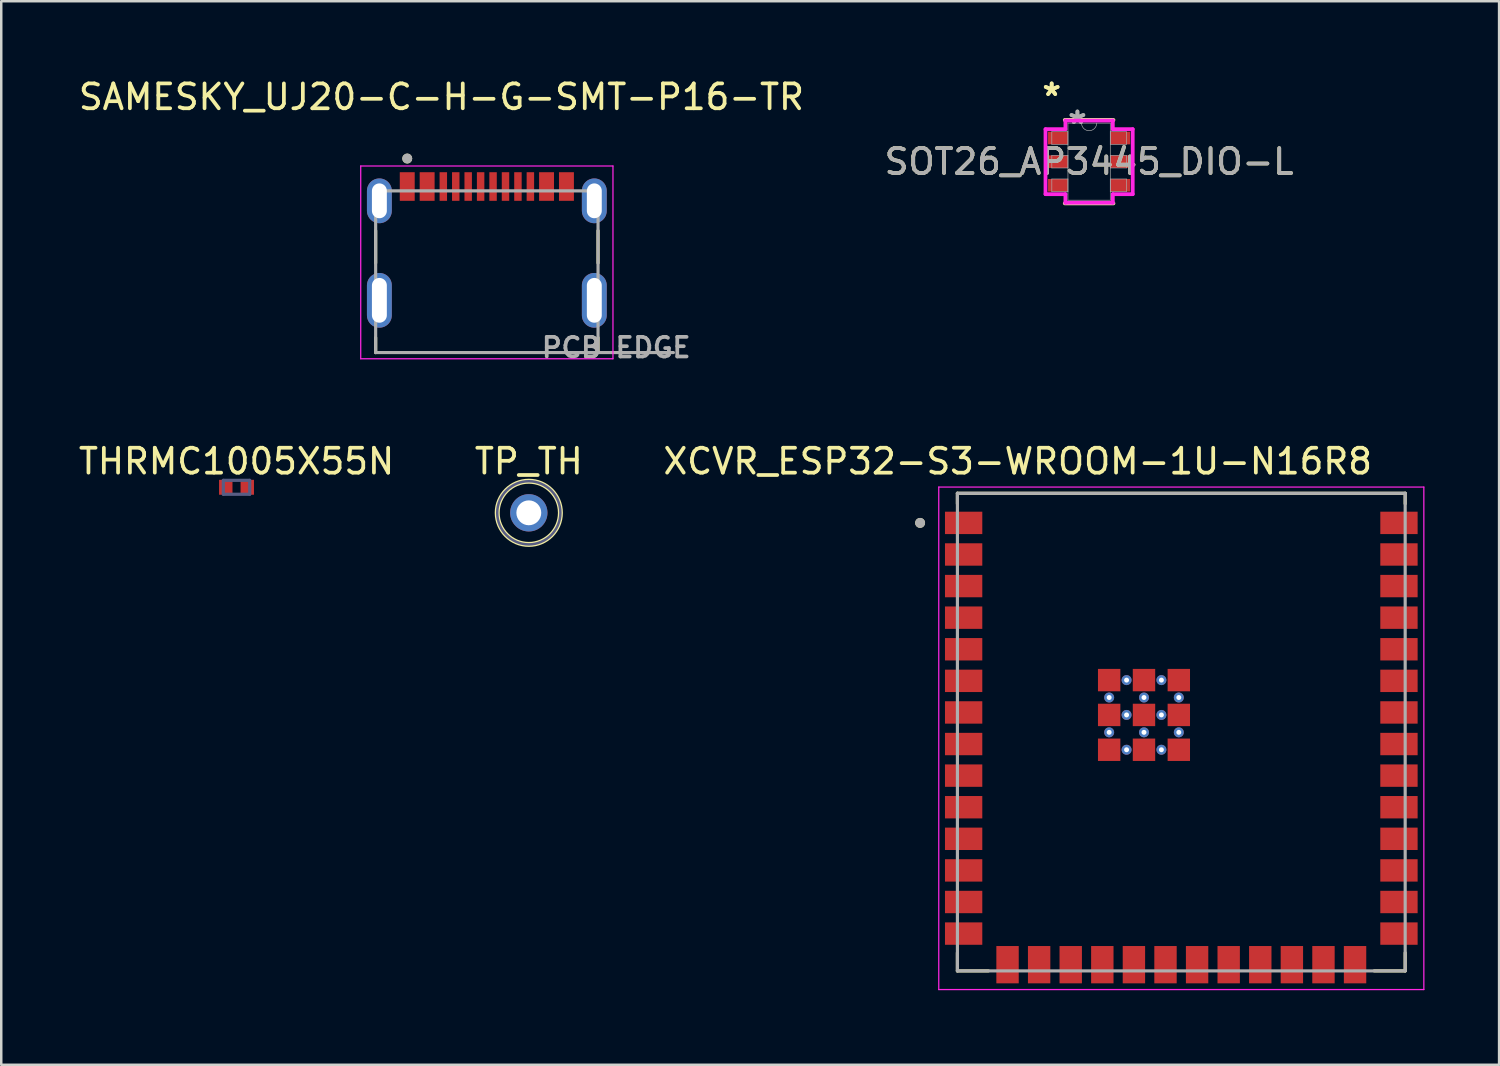
<source format=kicad_pcb>
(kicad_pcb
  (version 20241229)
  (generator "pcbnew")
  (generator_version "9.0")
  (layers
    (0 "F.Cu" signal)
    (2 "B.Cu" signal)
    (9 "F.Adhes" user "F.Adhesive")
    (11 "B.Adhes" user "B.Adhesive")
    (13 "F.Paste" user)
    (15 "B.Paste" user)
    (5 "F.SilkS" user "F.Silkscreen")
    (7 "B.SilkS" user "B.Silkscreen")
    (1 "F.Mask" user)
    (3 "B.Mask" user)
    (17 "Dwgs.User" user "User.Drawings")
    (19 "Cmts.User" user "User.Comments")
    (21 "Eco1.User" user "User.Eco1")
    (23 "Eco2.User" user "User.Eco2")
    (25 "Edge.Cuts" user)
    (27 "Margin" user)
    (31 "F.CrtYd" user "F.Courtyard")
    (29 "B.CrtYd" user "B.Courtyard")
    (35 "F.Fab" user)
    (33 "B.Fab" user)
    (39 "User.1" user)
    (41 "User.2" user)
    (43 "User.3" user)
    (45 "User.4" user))
  (footprint "XCVR_ESP32-S3-WROOM-1U-N16R8"
    (layer "F.Cu")
    (at 44.438 26.38)
    (property "Reference" "XCVR_ESP32-S3-WROOM-1U-N16R8" (at -6.575 -10.885 0) (layer "F.SilkS") (effects (font (size 1 1) (thickness 0.15))))
    (attr smd)
    (fp_line (start -9 -9.6) (end 9 -9.6) (stroke (width 0.127) (type solid)) (layer "F.SilkS"))
    (fp_line (start -9 -9.18) (end -9 -9.6) (stroke (width 0.127) (type solid)) (layer "F.SilkS"))
    (fp_line (start -9 9.6) (end -9 8.87) (stroke (width 0.127) (type solid)) (layer "F.SilkS"))
    (fp_line (start -7.755 9.6) (end -9 9.6) (stroke (width 0.127) (type solid)) (layer "F.SilkS"))
    (fp_line (start 9 -9.6) (end 9 -9.18) (stroke (width 0.127) (type solid)) (layer "F.SilkS"))
    (fp_line (start 9 9.6) (end 7.755 9.6) (stroke (width 0.127) (type solid)) (layer "F.SilkS"))
    (fp_line (start 9 9.6) (end 9 8.87) (stroke (width 0.127) (type solid)) (layer "F.SilkS"))
    (fp_circle (center -10.5 -8.41) (end -10.4 -8.41) (stroke (width 0.2) (type solid)) (fill no) (layer "F.SilkS"))
    (fp_line (start -9.75 -9.85) (end -9.75 10.35) (stroke (width 0.05) (type solid)) (layer "F.CrtYd"))
    (fp_line (start -9.75 10.35) (end 9.75 10.35) (stroke (width 0.05) (type solid)) (layer "F.CrtYd"))
    (fp_line (start 9.75 -9.85) (end -9.75 -9.85) (stroke (width 0.05) (type solid)) (layer "F.CrtYd"))
    (fp_line (start 9.75 10.35) (end 9.75 -9.85) (stroke (width 0.05) (type solid)) (layer "F.CrtYd"))
    (fp_line (start -9 -9.6) (end 9 -9.6) (stroke (width 0.127) (type solid)) (layer "F.Fab"))
    (fp_line (start -9 9.6) (end -9 -9.6) (stroke (width 0.127) (type solid)) (layer "F.Fab"))
    (fp_line (start 9 -9.6) (end 9 9.6) (stroke (width 0.127) (type solid)) (layer "F.Fab"))
    (fp_line (start 9 9.6) (end -9 9.6) (stroke (width 0.127) (type solid)) (layer "F.Fab"))
    (fp_circle (center -10.5 -8.41) (end -10.4 -8.41) (stroke (width 0.2) (type solid)) (fill no) (layer "F.Fab"))
    (pad "1" smd rect (at -8.75 -8.41) (size 1.5 0.9) (layers "F.Cu" "F.Mask" "F.Paste"))
    (pad "2" smd rect (at -8.75 -7.14) (size 1.5 0.9) (layers "F.Cu" "F.Mask" "F.Paste"))
    (pad "3" smd rect (at -8.75 -5.87) (size 1.5 0.9) (layers "F.Cu" "F.Mask" "F.Paste"))
    (pad "4" smd rect (at -8.75 -4.6) (size 1.5 0.9) (layers "F.Cu" "F.Mask" "F.Paste"))
    (pad "5" smd rect (at -8.75 -3.33) (size 1.5 0.9) (layers "F.Cu" "F.Mask" "F.Paste"))
    (pad "6" smd rect (at -8.75 -2.06) (size 1.5 0.9) (layers "F.Cu" "F.Mask" "F.Paste"))
    (pad "7" smd rect (at -8.75 -0.79) (size 1.5 0.9) (layers "F.Cu" "F.Mask" "F.Paste"))
    (pad "8" smd rect (at -8.75 0.48) (size 1.5 0.9) (layers "F.Cu" "F.Mask" "F.Paste"))
    (pad "9" smd rect (at -8.75 1.75) (size 1.5 0.9) (layers "F.Cu" "F.Mask" "F.Paste"))
    (pad "10" smd rect (at -8.75 3.02) (size 1.5 0.9) (layers "F.Cu" "F.Mask" "F.Paste"))
    (pad "11" smd rect (at -8.75 4.29) (size 1.5 0.9) (layers "F.Cu" "F.Mask" "F.Paste"))
    (pad "12" smd rect (at -8.75 5.56) (size 1.5 0.9) (layers "F.Cu" "F.Mask" "F.Paste"))
    (pad "13" smd rect (at -8.75 6.83) (size 1.5 0.9) (layers "F.Cu" "F.Mask" "F.Paste"))
    (pad "14" smd rect (at -8.75 8.1) (size 1.5 0.9) (layers "F.Cu" "F.Mask" "F.Paste"))
    (pad "15" smd rect (at -6.985 9.35) (size 0.9 1.5) (layers "F.Cu" "F.Mask" "F.Paste"))
    (pad "16" smd rect (at -5.715 9.35) (size 0.9 1.5) (layers "F.Cu" "F.Mask" "F.Paste"))
    (pad "17" smd rect (at -4.445 9.35) (size 0.9 1.5) (layers "F.Cu" "F.Mask" "F.Paste"))
    (pad "18" smd rect (at -3.175 9.35) (size 0.9 1.5) (layers "F.Cu" "F.Mask" "F.Paste"))
    (pad "19" smd rect (at -1.905 9.35) (size 0.9 1.5) (layers "F.Cu" "F.Mask" "F.Paste"))
    (pad "20" smd rect (at -0.635 9.35) (size 0.9 1.5) (layers "F.Cu" "F.Mask" "F.Paste"))
    (pad "21" smd rect (at 0.635 9.35) (size 0.9 1.5) (layers "F.Cu" "F.Mask" "F.Paste"))
    (pad "22" smd rect (at 1.905 9.35) (size 0.9 1.5) (layers "F.Cu" "F.Mask" "F.Paste"))
    (pad "23" smd rect (at 3.175 9.35) (size 0.9 1.5) (layers "F.Cu" "F.Mask" "F.Paste"))
    (pad "24" smd rect (at 4.445 9.35) (size 0.9 1.5) (layers "F.Cu" "F.Mask" "F.Paste"))
    (pad "25" smd rect (at 5.715 9.35) (size 0.9 1.5) (layers "F.Cu" "F.Mask" "F.Paste"))
    (pad "26" smd rect (at 6.985 9.35) (size 0.9 1.5) (layers "F.Cu" "F.Mask" "F.Paste"))
    (pad "27" smd rect (at 8.75 8.1) (size 1.5 0.9) (layers "F.Cu" "F.Mask" "F.Paste"))
    (pad "28" smd rect (at 8.75 6.83) (size 1.5 0.9) (layers "F.Cu" "F.Mask" "F.Paste"))
    (pad "29" smd rect (at 8.75 5.56) (size 1.5 0.9) (layers "F.Cu" "F.Mask" "F.Paste"))
    (pad "30" smd rect (at 8.75 4.29) (size 1.5 0.9) (layers "F.Cu" "F.Mask" "F.Paste"))
    (pad "31" smd rect (at 8.75 3.02) (size 1.5 0.9) (layers "F.Cu" "F.Mask" "F.Paste"))
    (pad "32" smd rect (at 8.75 1.75) (size 1.5 0.9) (layers "F.Cu" "F.Mask" "F.Paste"))
    (pad "33" smd rect (at 8.75 0.48) (size 1.5 0.9) (layers "F.Cu" "F.Mask" "F.Paste"))
    (pad "34" smd rect (at 8.75 -0.79) (size 1.5 0.9) (layers "F.Cu" "F.Mask" "F.Paste"))
    (pad "35" smd rect (at 8.75 -2.06) (size 1.5 0.9) (layers "F.Cu" "F.Mask" "F.Paste"))
    (pad "36" smd rect (at 8.75 -3.33) (size 1.5 0.9) (layers "F.Cu" "F.Mask" "F.Paste"))
    (pad "37" smd rect (at 8.75 -4.6) (size 1.5 0.9) (layers "F.Cu" "F.Mask" "F.Paste"))
    (pad "38" smd rect (at 8.75 -5.87) (size 1.5 0.9) (layers "F.Cu" "F.Mask" "F.Paste"))
    (pad "39" smd rect (at 8.75 -7.14) (size 1.5 0.9) (layers "F.Cu" "F.Mask" "F.Paste"))
    (pad "40" smd rect (at 8.75 -8.41) (size 1.5 0.9) (layers "F.Cu" "F.Mask" "F.Paste"))
    (pad "41_1" smd rect (at -2.9 -2.09) (size 0.9 0.9) (layers "F.Cu" "F.Mask" "F.Paste"))
    (pad "41_2" smd rect (at -1.5 -2.09) (size 0.9 0.9) (layers "F.Cu" "F.Mask" "F.Paste"))
    (pad "41_3" smd rect (at -0.1 -2.09) (size 0.9 0.9) (layers "F.Cu" "F.Mask" "F.Paste"))
    (pad "41_4" smd rect (at -2.9 -0.69) (size 0.9 0.9) (layers "F.Cu" "F.Mask" "F.Paste"))
    (pad "41_5" smd rect (at -1.5 -0.69) (size 0.9 0.9) (layers "F.Cu" "F.Mask" "F.Paste"))
    (pad "41_6" smd rect (at -0.1 -0.69) (size 0.9 0.9) (layers "F.Cu" "F.Mask" "F.Paste"))
    (pad "41_7" smd rect (at -2.9 0.71) (size 0.9 0.9) (layers "F.Cu" "F.Mask" "F.Paste"))
    (pad "41_8" smd rect (at -1.5 0.71) (size 0.9 0.9) (layers "F.Cu" "F.Mask" "F.Paste"))
    (pad "41_9" smd rect (at -0.1 0.71) (size 0.9 0.9) (layers "F.Cu" "F.Mask" "F.Paste"))
    (pad "41_10" thru_hole circle (at -2.2 -2.09) (size 0.4 0.4) (drill 0.2) (layers "*.Cu"))
    (pad "41_11" thru_hole circle (at -0.8 -2.09) (size 0.4 0.4) (drill 0.2) (layers "*.Cu"))
    (pad "41_12" thru_hole circle (at -2.9 -1.39) (size 0.4 0.4) (drill 0.2) (layers "*.Cu"))
    (pad "41_13" thru_hole circle (at -1.5 -1.39) (size 0.4 0.4) (drill 0.2) (layers "*.Cu"))
    (pad "41_14" thru_hole circle (at -0.1 -1.39) (size 0.4 0.4) (drill 0.2) (layers "*.Cu"))
    (pad "41_15" thru_hole circle (at -2.2 -0.69) (size 0.4 0.4) (drill 0.2) (layers "*.Cu"))
    (pad "41_16" thru_hole circle (at -0.8 -0.69) (size 0.4 0.4) (drill 0.2) (layers "*.Cu"))
    (pad "41_17" thru_hole circle (at -2.9 0.01) (size 0.4 0.4) (drill 0.2) (layers "*.Cu"))
    (pad "41_18" thru_hole circle (at -1.5 0.01) (size 0.4 0.4) (drill 0.2) (layers "*.Cu"))
    (pad "41_19" thru_hole circle (at -0.1 0.01) (size 0.4 0.4) (drill 0.2) (layers "*.Cu"))
    (pad "41_20" thru_hole circle (at -2.2 0.71) (size 0.4 0.4) (drill 0.2) (layers "*.Cu"))
    (pad "41_21" thru_hole circle (at -0.8 0.71) (size 0.4 0.4) (drill 0.2) (layers "*.Cu")))
  (footprint "THRMC1005X55N"
    (layer "F.Cu")
    (at 6.458 16.539)
    (property "Reference" "THRMC1005X55N" (at 0 -1.044 0) (layer "F.SilkS") (effects (font (size 1 1) (thickness 0.15))))
    (fp_line (start -0.95 -0.55) (end 0.95 -0.55) (stroke (width 0.05) (type solid)) (layer "Eco2.User"))
    (fp_line (start -0.95 0.55) (end -0.95 -0.55) (stroke (width 0.05) (type solid)) (layer "Eco2.User"))
    (fp_line (start -0.95 0.55) (end 0.95 0.55) (stroke (width 0.05) (type solid)) (layer "Eco2.User"))
    (fp_line (start 0.95 0.55) (end 0.95 -0.55) (stroke (width 0.05) (type solid)) (layer "Eco2.User"))
    (fp_line (start -0.53 -0.28) (end 0.53 -0.28) (stroke (width 0.127) (type solid)) (layer "B.Fab"))
    (fp_line (start -0.53 0.28) (end -0.53 -0.28) (stroke (width 0.127) (type solid)) (layer "B.Fab"))
    (fp_line (start -0.53 0.28) (end 0.53 0.28) (stroke (width 0.127) (type solid)) (layer "B.Fab"))
    (fp_line (start 0.53 0.28) (end 0.53 -0.28) (stroke (width 0.127) (type solid)) (layer "B.Fab"))
    (pad "1" smd rect (at -0.432 0) (size 0.54 0.6) (layers "F.Cu" "F.Mask" "F.Paste"))
    (pad "2" smd rect (at 0.432 0) (size 0.54 0.6) (layers "F.Cu" "F.Mask" "F.Paste")))
  (footprint "SOT26_AP3445_DIO-L"
    (layer "F.Cu")
    (at 40.732 3.449)
    (property "Reference" "SOT26_AP3445_DIO-L" (at 0 0 0) (unlocked yes) (layer "F.SilkS") (effects (font (size 1 1) (thickness 0.15))))
    (attr smd)
    (fp_line (start -0.978 1.676) (end 0.978 1.676) (stroke (width 0.152) (type solid)) (layer "F.SilkS"))
    (fp_line (start 0.978 -1.676) (end -0.978 -1.676) (stroke (width 0.152) (type solid)) (layer "F.SilkS"))
    (fp_line (start -1.753 -1.306) (end -0.953 -1.306) (stroke (width 0.152) (type solid)) (layer "F.CrtYd"))
    (fp_line (start -1.753 1.306) (end -1.753 -1.306) (stroke (width 0.152) (type solid)) (layer "F.CrtYd"))
    (fp_line (start -1.753 1.306) (end -0.953 1.306) (stroke (width 0.152) (type solid)) (layer "F.CrtYd"))
    (fp_line (start -0.953 -1.651) (end 0.953 -1.651) (stroke (width 0.152) (type solid)) (layer "F.CrtYd"))
    (fp_line (start -0.953 -1.306) (end -0.953 -1.651) (stroke (width 0.152) (type solid)) (layer "F.CrtYd"))
    (fp_line (start -0.953 1.651) (end -0.953 1.306) (stroke (width 0.152) (type solid)) (layer "F.CrtYd"))
    (fp_line (start 0.953 -1.651) (end 0.953 -1.306) (stroke (width 0.152) (type solid)) (layer "F.CrtYd"))
    (fp_line (start 0.953 1.306) (end 0.953 1.651) (stroke (width 0.152) (type solid)) (layer "F.CrtYd"))
    (fp_line (start 0.953 1.651) (end -0.953 1.651) (stroke (width 0.152) (type solid)) (layer "F.CrtYd"))
    (fp_line (start 1.753 -1.306) (end 0.953 -1.306) (stroke (width 0.152) (type solid)) (layer "F.CrtYd"))
    (fp_line (start 1.753 -1.306) (end 1.753 1.306) (stroke (width 0.152) (type solid)) (layer "F.CrtYd"))
    (fp_line (start 1.753 1.306) (end 0.953 1.306) (stroke (width 0.152) (type solid)) (layer "F.CrtYd"))
    (fp_line (start -1.499 -1.204) (end -1.499 -0.696) (stroke (width 0.025) (type solid)) (layer "F.Fab"))
    (fp_line (start -1.499 -0.696) (end -0.851 -0.696) (stroke (width 0.025) (type solid)) (layer "F.Fab"))
    (fp_line (start -1.499 -0.254) (end -1.499 0.254) (stroke (width 0.025) (type solid)) (layer "F.Fab"))
    (fp_line (start -1.499 0.254) (end -0.851 0.254) (stroke (width 0.025) (type solid)) (layer "F.Fab"))
    (fp_line (start -1.499 0.696) (end -1.499 1.204) (stroke (width 0.025) (type solid)) (layer "F.Fab"))
    (fp_line (start -1.499 1.204) (end -0.851 1.204) (stroke (width 0.025) (type solid)) (layer "F.Fab"))
    (fp_line (start -0.851 -1.549) (end -0.851 1.549) (stroke (width 0.025) (type solid)) (layer "F.Fab"))
    (fp_line (start -0.851 -1.204) (end -1.499 -1.204) (stroke (width 0.025) (type solid)) (layer "F.Fab"))
    (fp_line (start -0.851 -0.696) (end -0.851 -1.204) (stroke (width 0.025) (type solid)) (layer "F.Fab"))
    (fp_line (start -0.851 -0.254) (end -1.499 -0.254) (stroke (width 0.025) (type solid)) (layer "F.Fab"))
    (fp_line (start -0.851 0.254) (end -0.851 -0.254) (stroke (width 0.025) (type solid)) (layer "F.Fab"))
    (fp_line (start -0.851 0.696) (end -1.499 0.696) (stroke (width 0.025) (type solid)) (layer "F.Fab"))
    (fp_line (start -0.851 1.204) (end -0.851 0.696) (stroke (width 0.025) (type solid)) (layer "F.Fab"))
    (fp_line (start -0.851 1.549) (end 0.851 1.549) (stroke (width 0.025) (type solid)) (layer "F.Fab"))
    (fp_line (start 0.851 -1.549) (end -0.851 -1.549) (stroke (width 0.025) (type solid)) (layer "F.Fab"))
    (fp_line (start 0.851 -1.204) (end 0.851 -0.696) (stroke (width 0.025) (type solid)) (layer "F.Fab"))
    (fp_line (start 0.851 -0.696) (end 1.499 -0.696) (stroke (width 0.025) (type solid)) (layer "F.Fab"))
    (fp_line (start 0.851 -0.254) (end 0.851 0.254) (stroke (width 0.025) (type solid)) (layer "F.Fab"))
    (fp_line (start 0.851 0.254) (end 1.499 0.254) (stroke (width 0.025) (type solid)) (layer "F.Fab"))
    (fp_line (start 0.851 0.696) (end 0.851 1.204) (stroke (width 0.025) (type solid)) (layer "F.Fab"))
    (fp_line (start 0.851 1.204) (end 1.499 1.204) (stroke (width 0.025) (type solid)) (layer "F.Fab"))
    (fp_line (start 0.851 1.549) (end 0.851 -1.549) (stroke (width 0.025) (type solid)) (layer "F.Fab"))
    (fp_line (start 1.499 -1.204) (end 0.851 -1.204) (stroke (width 0.025) (type solid)) (layer "F.Fab"))
    (fp_line (start 1.499 -0.696) (end 1.499 -1.204) (stroke (width 0.025) (type solid)) (layer "F.Fab"))
    (fp_line (start 1.499 -0.254) (end 0.851 -0.254) (stroke (width 0.025) (type solid)) (layer "F.Fab"))
    (fp_line (start 1.499 0.254) (end 1.499 -0.254) (stroke (width 0.025) (type solid)) (layer "F.Fab"))
    (fp_line (start 1.499 0.696) (end 0.851 0.696) (stroke (width 0.025) (type solid)) (layer "F.Fab"))
    (fp_line (start 1.499 1.204) (end 1.499 0.696) (stroke (width 0.025) (type solid)) (layer "F.Fab"))
    (fp_arc (start 0.3048 -1.5494) (mid 0 -1.2446) (end -0.3048 -1.5494) (stroke (width 0.0254) (type solid)) (layer "F.Fab"))
    (fp_text user "*" (at -1.505 -2.601 0) (unlocked yes) (layer "F.SilkS") (effects (font (size 1 1) (thickness 0.15))))
    (fp_text user "*" (at -1.505 -2.601 0) (layer "F.SilkS") (effects (font (size 1 1) (thickness 0.15))))
    (fp_text user "*" (at -0.47 -1.473 0) (layer "F.Fab") (effects (font (size 1 1) (thickness 0.15))))
    (fp_text user "${REFERENCE}" (at 0 0 0) (unlocked yes) (layer "F.Fab") (effects (font (size 1 1) (thickness 0.15))))
    (fp_text user "*" (at -0.47 -1.473 0) (unlocked yes) (layer "F.Fab") (effects (font (size 1 1) (thickness 0.15))))
    (pad "1" smd rect (at -1.251 -0.95) (size 0.8 0.508) (layers "F.Cu" "F.Mask" "F.Paste"))
    (pad "2" smd rect (at -1.251 0) (size 0.8 0.508) (layers "F.Cu" "F.Mask" "F.Paste"))
    (pad "3" smd rect (at -1.251 0.95) (size 0.8 0.508) (layers "F.Cu" "F.Mask" "F.Paste"))
    (pad "4" smd rect (at 1.251 0.95) (size 0.8 0.508) (layers "F.Cu" "F.Mask" "F.Paste"))
    (pad "5" smd rect (at 1.251 0) (size 0.8 0.508) (layers "F.Cu" "F.Mask" "F.Paste"))
    (pad "6" smd rect (at 1.251 -0.95) (size 0.8 0.508) (layers "F.Cu" "F.Mask" "F.Paste")))
  (footprint "TP_TH"
    (layer "F.Cu")
    (at 18.208 17.565)
    (property "Reference" "TP_TH" (at 0 -2.07 0) (layer "F.SilkS") (effects (font (size 1 1) (thickness 0.15))))
    (fp_circle (center 0 0) (end 0 -1.27) (stroke (width 0.2) (type solid)) (fill no) (layer "F.SilkS"))
    (fp_line (start -0.5 0) (end 0.5 0) (stroke (width 0.1) (type solid)) (layer "Eco2.User"))
    (fp_line (start 0 0.5) (end 0 -0.5) (stroke (width 0.1) (type solid)) (layer "Eco2.User"))
    (fp_circle (center 0 0) (end 0 -1.37) (stroke (width 0.05) (type solid)) (fill no) (layer "Eco2.User"))
    (fp_circle (center 0 0) (end 0 -1.27) (stroke (width 0.1) (type solid)) (fill no) (layer "B.Fab"))
    (pad "1" thru_hole circle (at 0 0) (size 1.5 1.5) (drill 1) (layers "*.Cu" "*.Mask")))
  (footprint "SAMESKY_UJ20-C-H-G-SMT-P16-TR"
    (layer "F.Cu")
    (at 16.521 9.023)
    (property "Reference" "SAMESKY_UJ20-C-H-G-SMT-P16-TR" (at -1.825 -8.175 0) (layer "F.SilkS") (effects (font (size 1 1) (thickness 0.15))))
    (attr smd)
    (fp_line (start -4.47 -2.8) (end -4.47 -1.5) (stroke (width 0.127) (type solid)) (layer "F.SilkS"))
    (fp_line (start -4.47 2.1) (end -4.47 1.5) (stroke (width 0.127) (type solid)) (layer "F.SilkS"))
    (fp_line (start 4.47 -2.8) (end 4.47 -1.5) (stroke (width 0.127) (type solid)) (layer "F.SilkS"))
    (fp_line (start 4.47 2.1) (end 4.47 1.5) (stroke (width 0.127) (type solid)) (layer "F.SilkS"))
    (fp_circle (center -3.2 -5.7) (end -3.1 -5.7) (stroke (width 0.2) (type solid)) (fill no) (layer "F.SilkS"))
    (fp_line (start -5.07 -5.4) (end -5.07 2.35) (stroke (width 0.05) (type solid)) (layer "F.CrtYd"))
    (fp_line (start -5.07 2.35) (end 5.07 2.35) (stroke (width 0.05) (type solid)) (layer "F.CrtYd"))
    (fp_line (start 5.07 -5.4) (end -5.07 -5.4) (stroke (width 0.05) (type solid)) (layer "F.CrtYd"))
    (fp_line (start 5.07 2.35) (end 5.07 -5.4) (stroke (width 0.05) (type solid)) (layer "F.CrtYd"))
    (fp_line (start -4.47 -4.4) (end -4.47 2.1) (stroke (width 0.127) (type solid)) (layer "F.Fab"))
    (fp_line (start -4.47 2.1) (end 4.47 2.1) (stroke (width 0.127) (type solid)) (layer "F.Fab"))
    (fp_line (start 4.47 -4.4) (end -4.47 -4.4) (stroke (width 0.127) (type solid)) (layer "F.Fab"))
    (fp_line (start 4.47 2.1) (end 4.47 -4.4) (stroke (width 0.127) (type solid)) (layer "F.Fab"))
    (fp_line (start 4.47 2.1) (end 7.5 2.1) (stroke (width 0.127) (type solid)) (layer "F.Fab"))
    (fp_circle (center -3.2 -5.7) (end -3.1 -5.7) (stroke (width 0.2) (type solid)) (fill no) (layer "F.Fab"))
    (fp_text user "PCB EDGE" (at 5.2 1.9 0) (layer "F.Fab") (effects (font (size 0.787 0.787) (thickness 0.15))))
    (pad "A1_B12" smd rect (at -3.2 -4.575) (size 0.6 1.15) (layers "F.Cu" "F.Mask" "F.Paste"))
    (pad "A4_B9" smd rect (at -2.4 -4.575) (size 0.6 1.15) (layers "F.Cu" "F.Mask" "F.Paste"))
    (pad "A5" smd rect (at -1.25 -4.575) (size 0.3 1.15) (layers "F.Cu" "F.Mask" "F.Paste"))
    (pad "A6" smd rect (at -0.25 -4.575) (size 0.3 1.15) (layers "F.Cu" "F.Mask" "F.Paste"))
    (pad "A7" smd rect (at 0.25 -4.575) (size 0.3 1.15) (layers "F.Cu" "F.Mask" "F.Paste"))
    (pad "A8" smd rect (at 1.25 -4.575) (size 0.3 1.15) (layers "F.Cu" "F.Mask" "F.Paste"))
    (pad "A9_B4" smd rect (at 2.4 -4.575) (size 0.6 1.15) (layers "F.Cu" "F.Mask" "F.Paste"))
    (pad "A12_B1" smd rect (at 3.2 -4.575) (size 0.6 1.15) (layers "F.Cu" "F.Mask" "F.Paste"))
    (pad "B5" smd rect (at 1.75 -4.575) (size 0.3 1.15) (layers "F.Cu" "F.Mask" "F.Paste"))
    (pad "B6" smd rect (at 0.75 -4.575) (size 0.3 1.15) (layers "F.Cu" "F.Mask" "F.Paste"))
    (pad "B7" smd rect (at -0.75 -4.575) (size 0.3 1.15) (layers "F.Cu" "F.Mask" "F.Paste"))
    (pad "B8" smd rect (at -1.75 -4.575) (size 0.3 1.15) (layers "F.Cu" "F.Mask" "F.Paste"))
    (pad "SH1" thru_hole oval (at -4.32 -4) (size 1 1.8) (drill oval 0.6 1.4) (layers "*.Cu" "*.Mask"))
    (pad "SH2" thru_hole oval (at -4.32 0) (size 1 2.2) (drill oval 0.6 1.8) (layers "*.Cu" "*.Mask"))
    (pad "SH3" thru_hole oval (at 4.32 -4) (size 1 1.8) (drill oval 0.6 1.4) (layers "*.Cu" "*.Mask"))
    (pad "SH4" thru_hole oval (at 4.32 0) (size 1 2.2) (drill oval 0.6 1.8) (layers "*.Cu" "*.Mask")))
  (gr_rect
    (start -3 -3)
    (end 57.213 39.755)
    (stroke (width 0.1) (type default))
    (fill no)
    (layer "Edge.Cuts")))
</source>
